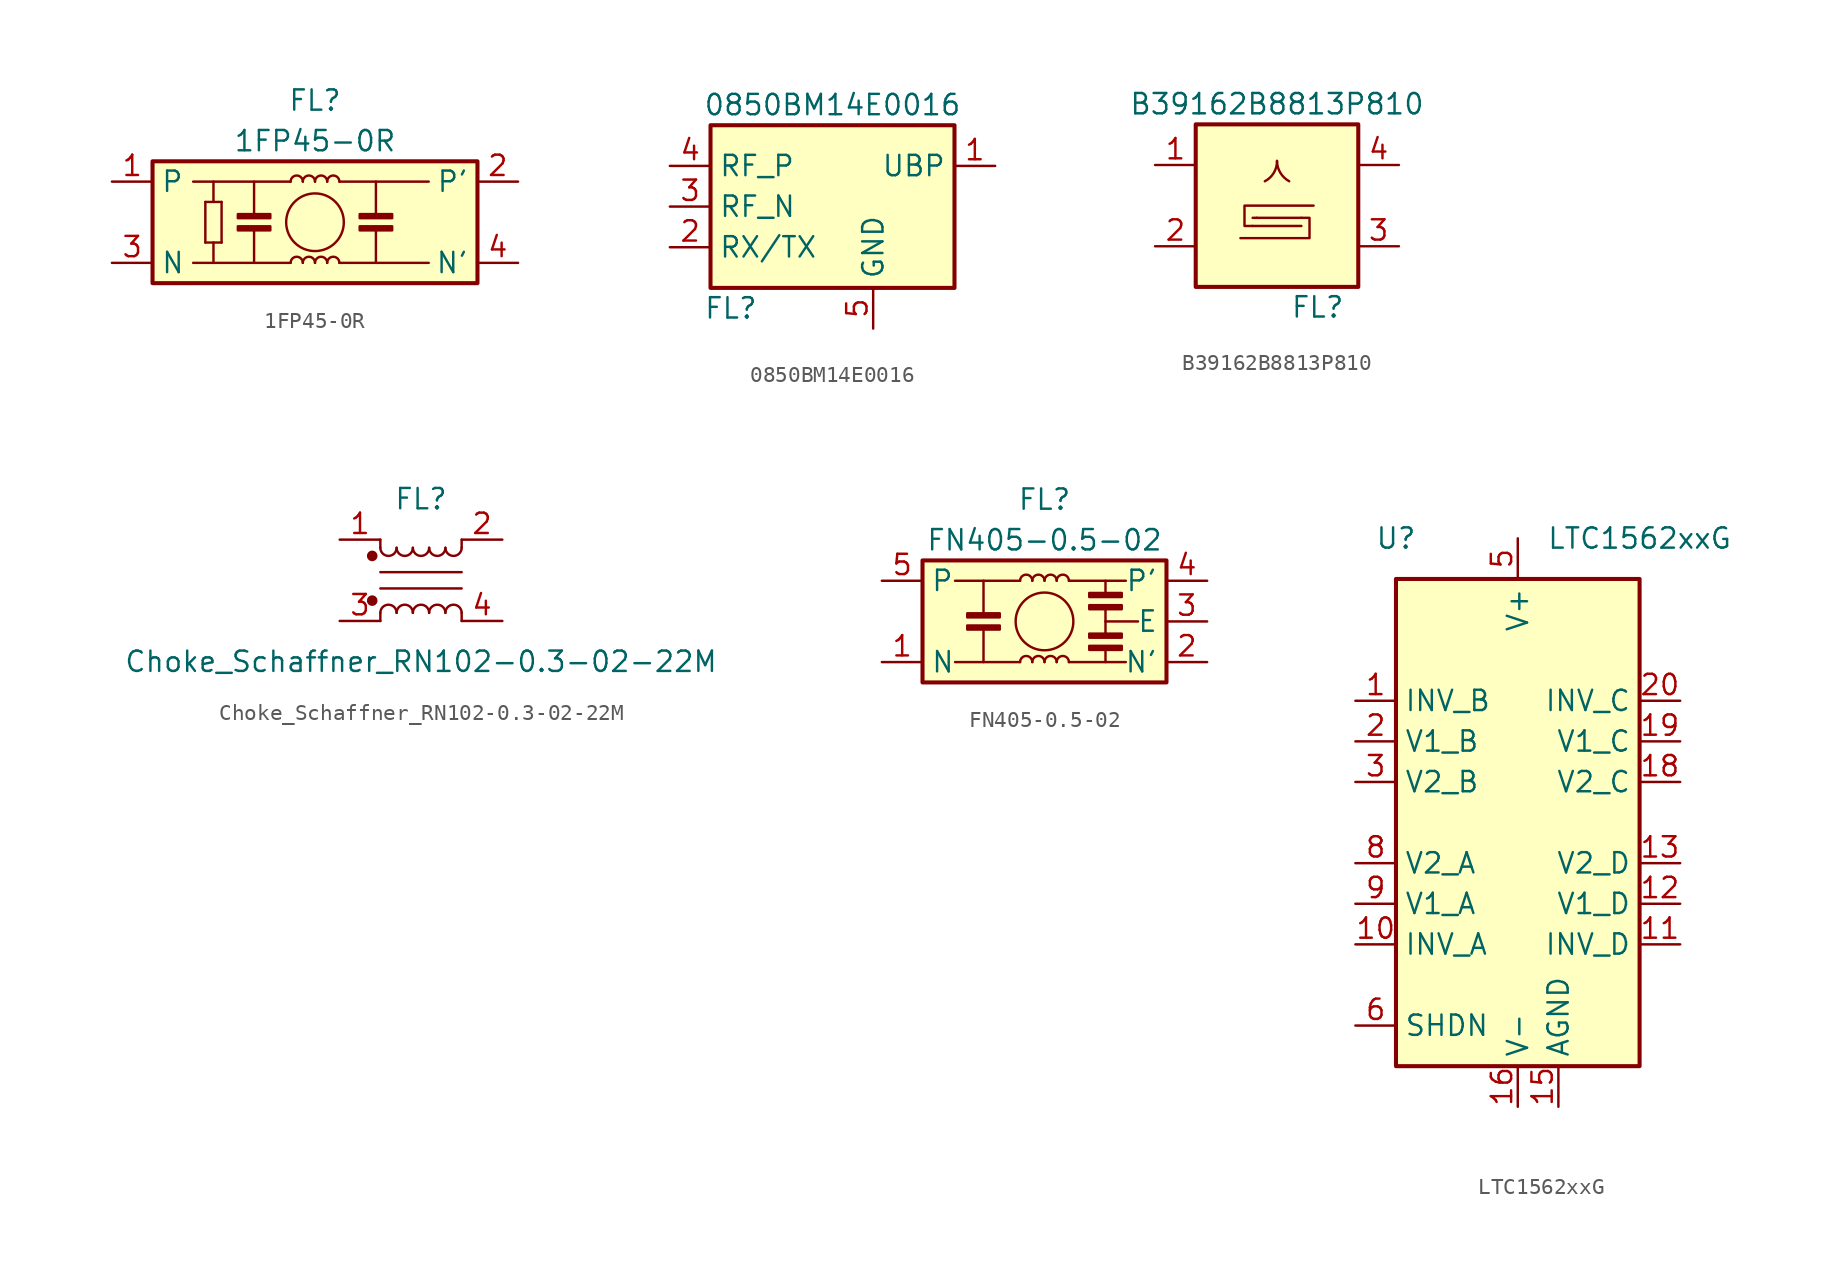
<source format=kicad_sym>
(kicad_symbol_lib
  (version 20211014)
  (generator kicad_symbol_editor)
  (symbol "1FP45-0R"
    (property "Reference" "FL"
      (at 0 7.62 0)
      (effects (font (size 1.27 1.27))))
    (property "Value" "1FP45-0R"
      (at 0 5.08 0)
      (effects (font (size 1.27 1.27))))
    (symbol "1FP45-0R_1_1"
      (rectangle (start -10.16 3.81) (end 10.16 -3.81) (stroke (width 0.254) (type default) (color 0 0 0 0)) (fill (type background)))
      (rectangle (start -4.826 -0.254) (end -2.794 -0.508) (stroke (width 0) (type default) (color 0 0 0 0)) (fill (type outline)))
      (rectangle (start -4.826 0.254) (end -2.794 0.508) (stroke (width 0) (type default) (color 0 0 0 0)) (fill (type outline)))
      (arc (start -0.762 -2.54) (mid -1.143 -2.159) (end -1.524 -2.54) (stroke (width 0) (type default) (color 0 0 0 0)) (fill (type none)))
      (arc (start -0.762 2.54) (mid -1.143 2.921) (end -1.524 2.54) (stroke (width 0) (type default) (color 0 0 0 0)) (fill (type none)))
      (arc (start 0 -2.54) (mid -0.381 -2.159) (end -0.762 -2.54) (stroke (width 0) (type default) (color 0 0 0 0)) (fill (type none)))
      (polyline (pts (xy -6.858 -1.27) (xy -6.858 1.27)) (stroke (width 0) (type default) (color 0 0 0 0)) (fill (type none)))
      (polyline (pts (xy -6.858 -1.27) (xy -5.842 -1.27)) (stroke (width 0) (type default) (color 0 0 0 0)) (fill (type none)))
      (polyline (pts (xy -6.858 1.27) (xy -5.842 1.27)) (stroke (width 0) (type default) (color 0 0 0 0)) (fill (type none)))
      (polyline (pts (xy -6.35 -1.27) (xy -6.35 -2.54)) (stroke (width 0) (type default) (color 0 0 0 0)) (fill (type none)))
      (polyline (pts (xy -6.35 1.27) (xy -6.35 2.54)) (stroke (width 0) (type default) (color 0 0 0 0)) (fill (type none)))
      (polyline (pts (xy -5.842 -1.27) (xy -5.842 1.27)) (stroke (width 0) (type default) (color 0 0 0 0)) (fill (type none)))
      (polyline (pts (xy -3.81 -0.508) (xy -3.81 -2.54)) (stroke (width 0) (type default) (color 0 0 0 0)) (fill (type none)))
      (polyline (pts (xy -3.81 0.508) (xy -3.81 2.54)) (stroke (width 0) (type default) (color 0 0 0 0)) (fill (type none)))
      (polyline (pts (xy -1.524 -2.54) (xy -7.62 -2.54)) (stroke (width 0) (type default) (color 0 0 0 0)) (fill (type none)))
      (polyline (pts (xy -1.524 2.54) (xy -7.62 2.54)) (stroke (width 0) (type default) (color 0 0 0 0)) (fill (type none)))
      (polyline (pts (xy 1.524 -2.54) (xy 7.112 -2.54)) (stroke (width 0) (type default) (color 0 0 0 0)) (fill (type none)))
      (polyline (pts (xy 3.81 -0.508) (xy 3.81 -2.54)) (stroke (width 0) (type default) (color 0 0 0 0)) (fill (type none)))
      (polyline (pts (xy 3.81 0.508) (xy 3.81 2.54)) (stroke (width 0) (type default) (color 0 0 0 0)) (fill (type none)))
      (polyline (pts (xy 7.112 2.54) (xy 1.524 2.54)) (stroke (width 0) (type default) (color 0 0 0 0)) (fill (type none)))
      (circle (center 0 0) (radius 1.803) (stroke (width 0) (type default) (color 0 0 0 0)) (fill (type none)))
      (arc (start 0 2.54) (mid -0.381 2.921) (end -0.762 2.54) (stroke (width 0) (type default) (color 0 0 0 0)) (fill (type none)))
      (arc (start 0.762 -2.54) (mid 0.381 -2.159) (end 0 -2.54) (stroke (width 0) (type default) (color 0 0 0 0)) (fill (type none)))
      (arc (start 0.762 2.54) (mid 0.381 2.921) (end 0 2.54) (stroke (width 0) (type default) (color 0 0 0 0)) (fill (type none)))
      (arc (start 1.524 -2.54) (mid 1.143 -2.159) (end 0.762 -2.54) (stroke (width 0) (type default) (color 0 0 0 0)) (fill (type none)))
      (arc (start 1.524 2.54) (mid 1.143 2.921) (end 0.762 2.54) (stroke (width 0) (type default) (color 0 0 0 0)) (fill (type none)))
      (rectangle (start 2.794 -0.254) (end 4.826 -0.508) (stroke (width 0) (type default) (color 0 0 0 0)) (fill (type outline)))
      (rectangle (start 2.794 0.254) (end 4.826 0.508) (stroke (width 0) (type default) (color 0 0 0 0)) (fill (type outline)))
      (pin passive line (at -12.7 2.54 0) (length 2.54) (name "P" (effects (font (size 1.27 1.27)))) (number "1" (effects (font (size 1.27 1.27)))))
      (pin passive line (at 12.7 2.54 180) (length 2.54) (name "P'" (effects (font (size 1.27 1.27)))) (number "2" (effects (font (size 1.27 1.27)))))
      (pin passive line (at -12.7 -2.54 0) (length 2.54) (name "N" (effects (font (size 1.27 1.27)))) (number "3" (effects (font (size 1.27 1.27)))))
      (pin passive line (at 12.7 -2.54 180) (length 2.54) (name "N'" (effects (font (size 1.27 1.27)))) (number "4" (effects (font (size 1.27 1.27)))))))
  (symbol "0850BM14E0016"
    (property "Reference" "FL"
      (at -6.35 -6.35 0)
      (effects (font (size 1.27 1.27))))
    (property "Value" "0850BM14E0016"
      (at 0 6.35 0)
      (effects (font (size 1.27 1.27))))
    (symbol "0850BM14E0016_0_0"
      (pin passive line (at 10.16 2.54 180) (length 2.54) (name "UBP" (effects (font (size 1.27 1.27)))) (number "1" (effects (font (size 1.27 1.27)))))
      (pin passive line (at -10.16 -2.54 0) (length 2.54) (name "RX/TX" (effects (font (size 1.27 1.27)))) (number "2" (effects (font (size 1.27 1.27)))))
      (pin passive line (at -10.16 0 0) (length 2.54) (name "RF_N" (effects (font (size 1.27 1.27)))) (number "3" (effects (font (size 1.27 1.27)))))
      (pin passive line (at -10.16 2.54 0) (length 2.54) (name "RF_P" (effects (font (size 1.27 1.27)))) (number "4" (effects (font (size 1.27 1.27)))))
      (pin power_in line (at 2.54 -7.62 90) (length 2.54) (name "GND" (effects (font (size 1.27 1.27)))) (number "5" (effects (font (size 1.27 1.27)))))
      (pin passive line (at 2.54 -7.62 90) (length 2.54) hide (name "GND" (effects (font (size 1.27 1.27)))) (number "6" (effects (font (size 1.27 1.27))))))
    (symbol "0850BM14E0016_0_1"
      (rectangle (start -7.62 5.08) (end 7.62 -5.08) (stroke (width 0.254) (type default) (color 0 0 0 0)) (fill (type background)))))
  (symbol "B39162B8813P810"
    (pin_names
      (offset 1.016))
    (property "Reference" "FL"
      (at 2.54 -6.35 0)
      (effects (font (size 1.27 1.27))))
    (property "Value" "B39162B8813P810"
      (at 0 6.35 0)
      (effects (font (size 1.27 1.27))))
    (symbol "B39162B8813P810_0_1"
      (rectangle (start -5.08 5.08) (end 5.08 -5.08) (stroke (width 0.254) (type default) (color 0 0 0 0)) (fill (type background)))
      (arc (start -0.762 1.524) (mid -0.1988 2.0511) (end 0 2.794) (stroke (width 0) (type default) (color 0 0 0 0)) (fill (type none)))
      (polyline (pts (xy -1.524 -0.762) (xy -1.27 -0.762)) (stroke (width 0) (type default) (color 0 0 0 0)) (fill (type none)))
      (polyline (pts (xy 1.524 -1.27) (xy -1.524 -1.27)) (stroke (width 0) (type default) (color 0 0 0 0)) (fill (type none)))
      (polyline (pts (xy 1.524 -0.762) (xy -1.27 -0.762)) (stroke (width 0) (type default) (color 0 0 0 0)) (fill (type none)))
      (polyline (pts (xy -1.524 -1.27) (xy -2.032 -1.27) (xy -2.032 0) (xy 2.286 0)) (stroke (width 0) (type default) (color 0 0 0 0)) (fill (type none)))
      (polyline (pts (xy 1.524 -0.762) (xy 2.032 -0.762) (xy 2.032 -2.032) (xy -2.286 -2.032)) (stroke (width 0) (type default) (color 0 0 0 0)) (fill (type none)))
      (arc (start 0 2.794) (mid 0.2065 2.0558) (end 0.762 1.524) (stroke (width 0) (type default) (color 0 0 0 0)) (fill (type none))))
    (symbol "B39162B8813P810_1_1"
      (pin passive line (at -7.62 2.54 0) (length 2.54) (name "~" (effects (font (size 1.27 1.27)))) (number "1" (effects (font (size 1.27 1.27)))))
      (pin passive line (at -7.62 -2.54 0) (length 2.54) (name "~" (effects (font (size 1.27 1.27)))) (number "2" (effects (font (size 1.27 1.27)))))
      (pin passive line (at 7.62 -2.54 180) (length 2.54) (name "~" (effects (font (size 1.27 1.27)))) (number "3" (effects (font (size 1.27 1.27)))))
      (pin passive line (at 7.62 2.54 180) (length 2.54) (name "~" (effects (font (size 1.27 1.27)))) (number "4" (effects (font (size 1.27 1.27)))))
      (pin passive line (at -7.62 -2.54 0) (length 2.54) hide (name "~" (effects (font (size 1.27 1.27)))) (number "5" (effects (font (size 1.27 1.27)))))))
  (symbol "Choke_Schaffner_RN102-0.3-02-22M"
    (pin_names hide)
    (property "Reference" "FL"
      (at 0 5.08 0)
      (effects (font (size 1.27 1.27))))
    (property "Value" "Choke_Schaffner_RN102-0.3-02-22M"
      (at 0 -5.08 0)
      (effects (font (size 1.27 1.27))))
    (symbol "Choke_Schaffner_RN102-0.3-02-22M_1_1"
      (circle (center -3.048 -1.27) (radius 0.254) (stroke (width 0) (type default) (color 0 0 0 0)) (fill (type outline)))
      (circle (center -3.048 1.524) (radius 0.254) (stroke (width 0) (type default) (color 0 0 0 0)) (fill (type outline)))
      (arc (start -2.54 2.032) (mid -2.032 1.524) (end -1.524 2.032) (stroke (width 0) (type default) (color 0 0 0 0)) (fill (type none)))
      (arc (start -1.524 -2.032) (mid -2.032 -1.524) (end -2.54 -2.032) (stroke (width 0) (type default) (color 0 0 0 0)) (fill (type none)))
      (arc (start -1.524 2.032) (mid -1.016 1.524) (end -0.508 2.032) (stroke (width 0) (type default) (color 0 0 0 0)) (fill (type none)))
      (arc (start -0.508 -2.032) (mid -1.016 -1.524) (end -1.524 -2.032) (stroke (width 0) (type default) (color 0 0 0 0)) (fill (type none)))
      (arc (start -0.508 2.032) (mid 0 1.524) (end 0.508 2.032) (stroke (width 0) (type default) (color 0 0 0 0)) (fill (type none)))
      (polyline (pts (xy -2.54 -2.032) (xy -2.54 -2.54)) (stroke (width 0) (type default) (color 0 0 0 0)) (fill (type none)))
      (polyline (pts (xy -2.54 0.508) (xy 2.54 0.508)) (stroke (width 0) (type default) (color 0 0 0 0)) (fill (type none)))
      (polyline (pts (xy -2.54 2.032) (xy -2.54 2.54)) (stroke (width 0) (type default) (color 0 0 0 0)) (fill (type none)))
      (polyline (pts (xy 2.54 -2.032) (xy 2.54 -2.54)) (stroke (width 0) (type default) (color 0 0 0 0)) (fill (type none)))
      (polyline (pts (xy 2.54 -0.508) (xy -2.54 -0.508)) (stroke (width 0) (type default) (color 0 0 0 0)) (fill (type none)))
      (polyline (pts (xy 2.54 2.54) (xy 2.54 2.032)) (stroke (width 0) (type default) (color 0 0 0 0)) (fill (type none)))
      (arc (start 0.508 -2.032) (mid 0 -1.524) (end -0.508 -2.032) (stroke (width 0) (type default) (color 0 0 0 0)) (fill (type none)))
      (arc (start 0.508 2.032) (mid 1.016 1.524) (end 1.524 2.032) (stroke (width 0) (type default) (color 0 0 0 0)) (fill (type none)))
      (arc (start 1.524 -2.032) (mid 1.016 -1.524) (end 0.508 -2.032) (stroke (width 0) (type default) (color 0 0 0 0)) (fill (type none)))
      (arc (start 1.524 2.032) (mid 2.032 1.524) (end 2.54 2.032) (stroke (width 0) (type default) (color 0 0 0 0)) (fill (type none)))
      (arc (start 2.54 -2.032) (mid 2.032 -1.524) (end 1.524 -2.032) (stroke (width 0) (type default) (color 0 0 0 0)) (fill (type none)))
      (pin passive line (at -5.08 2.54 0) (length 2.54) (name "1" (effects (font (size 1.27 1.27)))) (number "1" (effects (font (size 1.27 1.27)))))
      (pin passive line (at 5.08 2.54 180) (length 2.54) (name "2" (effects (font (size 1.27 1.27)))) (number "2" (effects (font (size 1.27 1.27)))))
      (pin passive line (at -5.08 -2.54 0) (length 2.54) (name "3" (effects (font (size 1.27 1.27)))) (number "3" (effects (font (size 1.27 1.27)))))
      (pin passive line (at 5.08 -2.54 180) (length 2.54) (name "4" (effects (font (size 1.27 1.27)))) (number "4" (effects (font (size 1.27 1.27)))))))
  (symbol "FN405-0.5-02"
    (property "Reference" "FL"
      (at 0 7.62 0)
      (effects (font (size 1.27 1.27))))
    (property "Value" "FN405-0.5-02"
      (at 0 5.08 0)
      (effects (font (size 1.27 1.27))))
    (symbol "FN405-0.5-02_0_1"
      (rectangle (start -7.62 3.81) (end 7.62 -3.81) (stroke (width 0.254) (type default) (color 0 0 0 0)) (fill (type background)))
      (rectangle (start -4.826 -0.254) (end -2.794 -0.508) (stroke (width 0) (type default) (color 0 0 0 0)) (fill (type outline)))
      (rectangle (start -4.826 0.254) (end -2.794 0.508) (stroke (width 0) (type default) (color 0 0 0 0)) (fill (type outline)))
      (arc (start -0.762 -2.54) (mid -1.143 -2.159) (end -1.524 -2.54) (stroke (width 0) (type default) (color 0 0 0 0)) (fill (type none)))
      (arc (start -0.762 2.54) (mid -1.143 2.921) (end -1.524 2.54) (stroke (width 0) (type default) (color 0 0 0 0)) (fill (type none)))
      (arc (start 0 -2.54) (mid -0.381 -2.159) (end -0.762 -2.54) (stroke (width 0) (type default) (color 0 0 0 0)) (fill (type none)))
      (polyline (pts (xy -3.81 -0.508) (xy -3.81 -2.54)) (stroke (width 0) (type default) (color 0 0 0 0)) (fill (type none)))
      (polyline (pts (xy -3.81 0.508) (xy -3.81 2.54)) (stroke (width 0) (type default) (color 0 0 0 0)) (fill (type none)))
      (polyline (pts (xy -1.524 -2.54) (xy -5.588 -2.54)) (stroke (width 0) (type default) (color 0 0 0 0)) (fill (type none)))
      (polyline (pts (xy -1.524 2.54) (xy -5.588 2.54)) (stroke (width 0) (type default) (color 0 0 0 0)) (fill (type none)))
      (polyline (pts (xy 1.524 -2.54) (xy 5.08 -2.54)) (stroke (width 0) (type default) (color 0 0 0 0)) (fill (type none)))
      (polyline (pts (xy 3.81 -1.778) (xy 3.81 -2.54)) (stroke (width 0) (type default) (color 0 0 0 0)) (fill (type none)))
      (polyline (pts (xy 3.81 0) (xy 5.842 0)) (stroke (width 0) (type default) (color 0 0 0 0)) (fill (type none)))
      (polyline (pts (xy 3.81 0.762) (xy 3.81 -0.762)) (stroke (width 0) (type default) (color 0 0 0 0)) (fill (type none)))
      (polyline (pts (xy 3.81 1.778) (xy 3.81 2.54)) (stroke (width 0) (type default) (color 0 0 0 0)) (fill (type none)))
      (polyline (pts (xy 5.08 2.54) (xy 1.524 2.54)) (stroke (width 0) (type default) (color 0 0 0 0)) (fill (type none)))
      (circle (center 0 0) (radius 1.803) (stroke (width 0) (type default) (color 0 0 0 0)) (fill (type none)))
      (arc (start 0 2.54) (mid -0.381 2.921) (end -0.762 2.54) (stroke (width 0) (type default) (color 0 0 0 0)) (fill (type none)))
      (arc (start 0.762 -2.54) (mid 0.381 -2.159) (end 0 -2.54) (stroke (width 0) (type default) (color 0 0 0 0)) (fill (type none)))
      (arc (start 0.762 2.54) (mid 0.381 2.921) (end 0 2.54) (stroke (width 0) (type default) (color 0 0 0 0)) (fill (type none)))
      (arc (start 1.524 -2.54) (mid 1.143 -2.159) (end 0.762 -2.54) (stroke (width 0) (type default) (color 0 0 0 0)) (fill (type none)))
      (arc (start 1.524 2.54) (mid 1.143 2.921) (end 0.762 2.54) (stroke (width 0) (type default) (color 0 0 0 0)) (fill (type none)))
      (rectangle (start 2.794 -1.524) (end 4.826 -1.778) (stroke (width 0) (type default) (color 0 0 0 0)) (fill (type outline)))
      (rectangle (start 2.794 -1.016) (end 4.826 -0.762) (stroke (width 0) (type default) (color 0 0 0 0)) (fill (type outline)))
      (rectangle (start 2.794 1.016) (end 4.826 0.762) (stroke (width 0) (type default) (color 0 0 0 0)) (fill (type outline)))
      (rectangle (start 2.794 1.524) (end 4.826 1.778) (stroke (width 0) (type default) (color 0 0 0 0)) (fill (type outline))))
    (symbol "FN405-0.5-02_1_1"
      (pin passive line (at -10.16 -2.54 0) (length 2.54) (name "N" (effects (font (size 1.27 1.27)))) (number "1" (effects (font (size 1.27 1.27)))))
      (pin passive line (at 10.16 -2.54 180) (length 2.54) (name "N'" (effects (font (size 1.27 1.27)))) (number "2" (effects (font (size 1.27 1.27)))))
      (pin passive line (at 10.16 0 180) (length 2.54) (name "E" (effects (font (size 1.27 1.27)))) (number "3" (effects (font (size 1.27 1.27)))))
      (pin passive line (at 10.16 2.54 180) (length 2.54) (name "P'" (effects (font (size 1.27 1.27)))) (number "4" (effects (font (size 1.27 1.27)))))
      (pin passive line (at -10.16 2.54 0) (length 2.54) (name "P" (effects (font (size 1.27 1.27)))) (number "5" (effects (font (size 1.27 1.27)))))))
  (symbol "LTC1562xxG"
    (property "Reference" "U"
      (at -7.62 17.78 0)
      (effects (font (size 1.27 1.27))))
    (property "Value" "LTC1562xxG"
      (at 7.62 17.78 0)
      (effects (font (size 1.27 1.27))))
    (symbol "LTC1562xxG_0_1"
      (rectangle (start -7.62 15.24) (end 7.62 -15.24) (stroke (width 0.254) (type default) (color 0 0 0 0)) (fill (type background))))
    (symbol "LTC1562xxG_1_1"
      (pin input line (at -10.16 7.62 0) (length 2.54) (name "INV_B" (effects (font (size 1.27 1.27)))) (number "1" (effects (font (size 1.27 1.27)))))
      (pin input line (at -10.16 -7.62 0) (length 2.54) (name "INV_A" (effects (font (size 1.27 1.27)))) (number "10" (effects (font (size 1.27 1.27)))))
      (pin input line (at 10.16 -7.62 180) (length 2.54) (name "INV_D" (effects (font (size 1.27 1.27)))) (number "11" (effects (font (size 1.27 1.27)))))
      (pin output line (at 10.16 -5.08 180) (length 2.54) (name "V1_D" (effects (font (size 1.27 1.27)))) (number "12" (effects (font (size 1.27 1.27)))))
      (pin output line (at 10.16 -2.54 180) (length 2.54) (name "V2_D" (effects (font (size 1.27 1.27)))) (number "13" (effects (font (size 1.27 1.27)))))
      (pin passive line (at 0 -17.78 90) (length 2.54) hide (name "V-" (effects (font (size 1.27 1.27)))) (number "14" (effects (font (size 1.27 1.27)))))
      (pin power_in line (at 2.54 -17.78 90) (length 2.54) (name "AGND" (effects (font (size 1.27 1.27)))) (number "15" (effects (font (size 1.27 1.27)))))
      (pin power_in line (at 0 -17.78 90) (length 2.54) (name "V-" (effects (font (size 1.27 1.27)))) (number "16" (effects (font (size 1.27 1.27)))))
      (pin passive line (at 0 -17.78 90) (length 2.54) hide (name "V-" (effects (font (size 1.27 1.27)))) (number "17" (effects (font (size 1.27 1.27)))))
      (pin output line (at 10.16 2.54 180) (length 2.54) (name "V2_C" (effects (font (size 1.27 1.27)))) (number "18" (effects (font (size 1.27 1.27)))))
      (pin output line (at 10.16 5.08 180) (length 2.54) (name "V1_C" (effects (font (size 1.27 1.27)))) (number "19" (effects (font (size 1.27 1.27)))))
      (pin output line (at -10.16 5.08 0) (length 2.54) (name "V1_B" (effects (font (size 1.27 1.27)))) (number "2" (effects (font (size 1.27 1.27)))))
      (pin input line (at 10.16 7.62 180) (length 2.54) (name "INV_C" (effects (font (size 1.27 1.27)))) (number "20" (effects (font (size 1.27 1.27)))))
      (pin output line (at -10.16 2.54 0) (length 2.54) (name "V2_B" (effects (font (size 1.27 1.27)))) (number "3" (effects (font (size 1.27 1.27)))))
      (pin passive line (at 0 -17.78 90) (length 2.54) hide (name "V-" (effects (font (size 1.27 1.27)))) (number "4" (effects (font (size 1.27 1.27)))))
      (pin power_in line (at 0 17.78 270) (length 2.54) (name "V+" (effects (font (size 1.27 1.27)))) (number "5" (effects (font (size 1.27 1.27)))))
      (pin input line (at -10.16 -12.7 0) (length 2.54) (name "SHDN" (effects (font (size 1.27 1.27)))) (number "6" (effects (font (size 1.27 1.27)))))
      (pin passive line (at 0 -17.78 90) (length 2.54) hide (name "V-" (effects (font (size 1.27 1.27)))) (number "7" (effects (font (size 1.27 1.27)))))
      (pin output line (at -10.16 -2.54 0) (length 2.54) (name "V2_A" (effects (font (size 1.27 1.27)))) (number "8" (effects (font (size 1.27 1.27)))))
      (pin output line (at -10.16 -5.08 0) (length 2.54) (name "V1_A" (effects (font (size 1.27 1.27)))) (number "9" (effects (font (size 1.27 1.27))))))))
</source>
